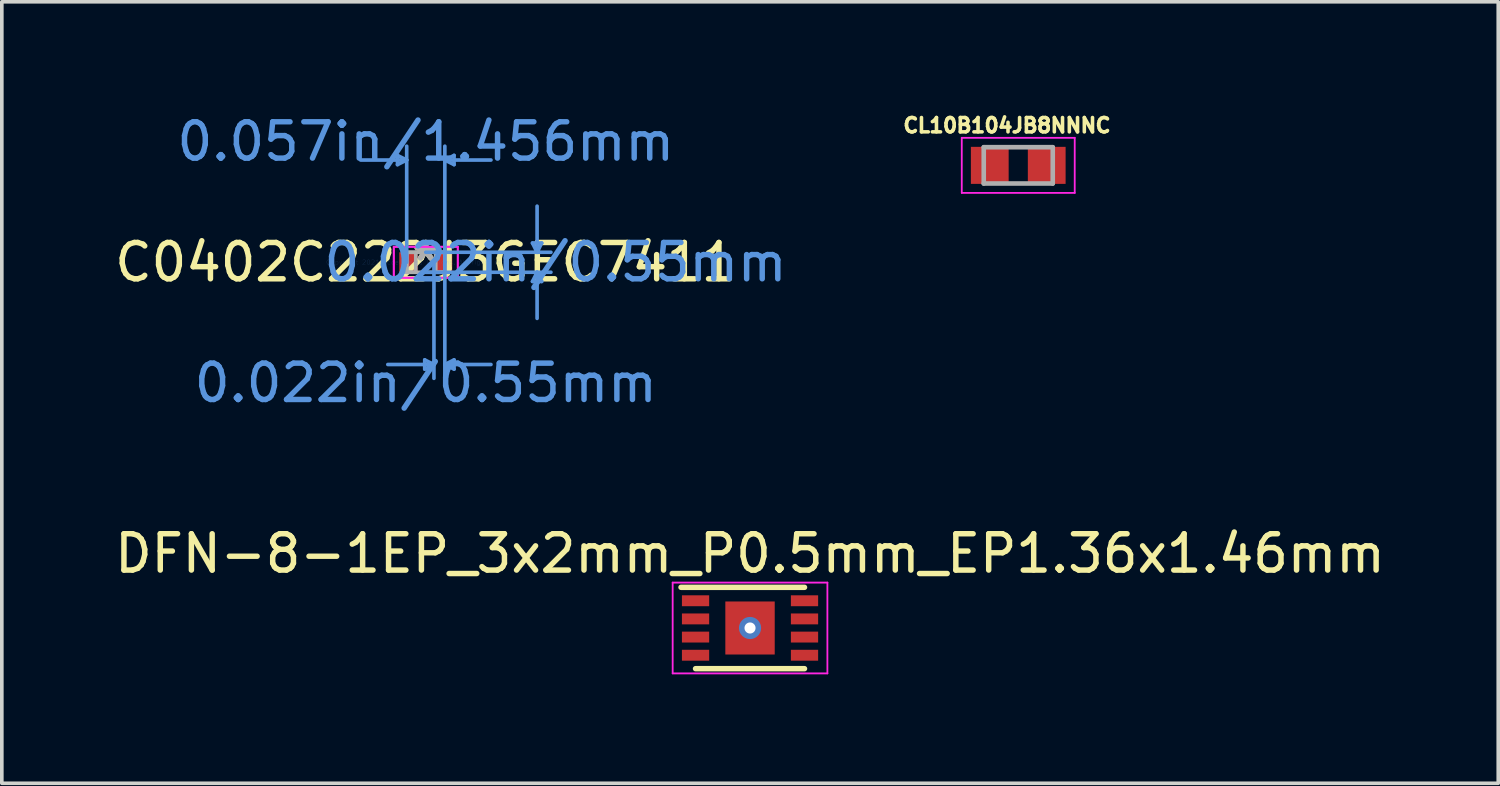
<source format=kicad_pcb>
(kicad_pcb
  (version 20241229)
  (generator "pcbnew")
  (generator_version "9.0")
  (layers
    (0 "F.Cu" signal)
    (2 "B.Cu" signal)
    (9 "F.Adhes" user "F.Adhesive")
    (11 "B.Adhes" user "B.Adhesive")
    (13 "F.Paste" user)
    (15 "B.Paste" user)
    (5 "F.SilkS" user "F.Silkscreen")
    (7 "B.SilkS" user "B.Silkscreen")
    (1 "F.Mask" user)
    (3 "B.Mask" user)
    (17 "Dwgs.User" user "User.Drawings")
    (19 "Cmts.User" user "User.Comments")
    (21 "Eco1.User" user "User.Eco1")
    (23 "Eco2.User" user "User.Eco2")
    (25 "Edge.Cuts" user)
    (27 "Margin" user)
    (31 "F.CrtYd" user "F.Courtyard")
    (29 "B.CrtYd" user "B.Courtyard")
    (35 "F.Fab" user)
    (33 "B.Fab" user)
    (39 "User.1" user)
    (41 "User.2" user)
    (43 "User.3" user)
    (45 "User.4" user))
  (footprint "CL10B104JB8NNNC"
    (layer "F.Cu")
    (at 24.986 1.503)
    (property "Reference" "CL10B104JB8NNNC" (at -0.31 -1.1 0) (layer "F.SilkS") (effects (font (size 0.394 0.394) (thickness 0.15))))
    (attr through_hole)
    (fp_line (start -1.555 -0.758) (end 1.555 -0.758) (stroke (width 0.05) (type solid)) (layer "F.CrtYd"))
    (fp_line (start -1.555 0.758) (end -1.555 -0.758) (stroke (width 0.05) (type solid)) (layer "F.CrtYd"))
    (fp_line (start -1.555 0.758) (end 1.555 0.758) (stroke (width 0.05) (type solid)) (layer "F.CrtYd"))
    (fp_line (start 1.555 0.758) (end 1.555 -0.758) (stroke (width 0.05) (type solid)) (layer "F.CrtYd"))
    (fp_line (start -0.95 0.5) (end -0.95 -0.5) (stroke (width 0.127) (type solid)) (layer "F.Fab"))
    (fp_line (start 0.95 -0.5) (end -0.95 -0.5) (stroke (width 0.127) (type solid)) (layer "F.Fab"))
    (fp_line (start 0.95 0.5) (end -0.95 0.5) (stroke (width 0.127) (type solid)) (layer "F.Fab"))
    (fp_line (start 0.95 0.5) (end 0.95 -0.5) (stroke (width 0.127) (type solid)) (layer "F.Fab"))
    (pad "1" smd rect (at -0.784 0) (size 1.04 1.02) (layers "F.Cu" "F.Mask" "F.Paste"))
    (pad "2" smd rect (at 0.784 0) (size 1.04 1.02) (layers "F.Cu" "F.Mask" "F.Paste")))
  (footprint "C0402C222J3GEC7411"
    (layer "F.Cu")
    (at 8.673 4.171)
    (property "Reference" "C0402C222J3GEC7411" (at 0 0 0) (layer "F.SilkS") (effects (font (size 1 1) (thickness 0.15))))
    (attr through_hole)
    (fp_line (start -0.779 -2.942) (end -0.779 -2.688) (stroke (width 0.1) (type solid)) (layer "Cmts.User"))
    (fp_line (start -0.525 -2.815) (end -1.795 -2.815) (stroke (width 0.1) (type solid)) (layer "Cmts.User"))
    (fp_line (start -0.525 -2.815) (end -0.779 -2.942) (stroke (width 0.1) (type solid)) (layer "Cmts.User"))
    (fp_line (start -0.525 -2.815) (end -0.779 -2.688) (stroke (width 0.1) (type solid)) (layer "Cmts.User"))
    (fp_line (start -0.525 0) (end -0.525 -3.196) (stroke (width 0.1) (type solid)) (layer "Cmts.User"))
    (fp_line (start -0.029 2.688) (end -0.029 2.942) (stroke (width 0.1) (type solid)) (layer "Cmts.User"))
    (fp_line (start 0 -0.275) (end 3.446 -0.275) (stroke (width 0.1) (type solid)) (layer "Cmts.User"))
    (fp_line (start 0 0.275) (end 3.446 0.275) (stroke (width 0.1) (type solid)) (layer "Cmts.User"))
    (fp_line (start 0.225 0) (end 0.225 3.196) (stroke (width 0.1) (type solid)) (layer "Cmts.User"))
    (fp_line (start 0.225 2.815) (end -1.045 2.815) (stroke (width 0.1) (type solid)) (layer "Cmts.User"))
    (fp_line (start 0.225 2.815) (end -0.029 2.688) (stroke (width 0.1) (type solid)) (layer "Cmts.User"))
    (fp_line (start 0.225 2.815) (end -0.029 2.942) (stroke (width 0.1) (type solid)) (layer "Cmts.User"))
    (fp_line (start 0.525 -2.815) (end 0.779 -2.942) (stroke (width 0.1) (type solid)) (layer "Cmts.User"))
    (fp_line (start 0.525 -2.815) (end 0.779 -2.688) (stroke (width 0.1) (type solid)) (layer "Cmts.User"))
    (fp_line (start 0.525 -2.815) (end 1.795 -2.815) (stroke (width 0.1) (type solid)) (layer "Cmts.User"))
    (fp_line (start 0.525 0) (end 0.525 -3.196) (stroke (width 0.1) (type solid)) (layer "Cmts.User"))
    (fp_line (start 0.525 0) (end 0.525 3.196) (stroke (width 0.1) (type solid)) (layer "Cmts.User"))
    (fp_line (start 0.525 2.815) (end 0.779 2.688) (stroke (width 0.1) (type solid)) (layer "Cmts.User"))
    (fp_line (start 0.525 2.815) (end 0.779 2.942) (stroke (width 0.1) (type solid)) (layer "Cmts.User"))
    (fp_line (start 0.525 2.815) (end 1.795 2.815) (stroke (width 0.1) (type solid)) (layer "Cmts.User"))
    (fp_line (start 0.779 -2.942) (end 0.779 -2.688) (stroke (width 0.1) (type solid)) (layer "Cmts.User"))
    (fp_line (start 0.779 2.688) (end 0.779 2.942) (stroke (width 0.1) (type solid)) (layer "Cmts.User"))
    (fp_line (start 2.938 -0.529) (end 3.192 -0.529) (stroke (width 0.1) (type solid)) (layer "Cmts.User"))
    (fp_line (start 2.938 0.529) (end 3.192 0.529) (stroke (width 0.1) (type solid)) (layer "Cmts.User"))
    (fp_line (start 3.065 -0.275) (end 2.938 -0.529) (stroke (width 0.1) (type solid)) (layer "Cmts.User"))
    (fp_line (start 3.065 -0.275) (end 3.065 -1.545) (stroke (width 0.1) (type solid)) (layer "Cmts.User"))
    (fp_line (start 3.065 -0.275) (end 3.192 -0.529) (stroke (width 0.1) (type solid)) (layer "Cmts.User"))
    (fp_line (start 3.065 0.275) (end 2.938 0.529) (stroke (width 0.1) (type solid)) (layer "Cmts.User"))
    (fp_line (start 3.065 0.275) (end 3.065 1.545) (stroke (width 0.1) (type solid)) (layer "Cmts.User"))
    (fp_line (start 3.065 0.275) (end 3.192 0.529) (stroke (width 0.1) (type solid)) (layer "Cmts.User"))
    (fp_line (start -0.881 -0.427) (end 0.881 -0.427) (stroke (width 0.05) (type solid)) (layer "F.CrtYd"))
    (fp_line (start -0.881 -0.427) (end 0.881 -0.427) (stroke (width 0.05) (type solid)) (layer "F.CrtYd"))
    (fp_line (start -0.881 0.427) (end -0.881 -0.427) (stroke (width 0.05) (type solid)) (layer "F.CrtYd"))
    (fp_line (start -0.881 0.427) (end -0.881 -0.427) (stroke (width 0.05) (type solid)) (layer "F.CrtYd"))
    (fp_line (start 0.881 -0.427) (end 0.881 0.427) (stroke (width 0.05) (type solid)) (layer "F.CrtYd"))
    (fp_line (start 0.881 -0.427) (end 0.881 0.427) (stroke (width 0.05) (type solid)) (layer "F.CrtYd"))
    (fp_line (start 0.881 0.427) (end -0.881 0.427) (stroke (width 0.05) (type solid)) (layer "F.CrtYd"))
    (fp_line (start 0.881 0.427) (end -0.881 0.427) (stroke (width 0.05) (type solid)) (layer "F.CrtYd"))
    (fp_line (start -0.525 -0.275) (end -0.525 0.275) (stroke (width 0.1) (type solid)) (layer "F.Fab"))
    (fp_line (start -0.525 -0.275) (end -0.525 0.275) (stroke (width 0.1) (type solid)) (layer "F.Fab"))
    (fp_line (start -0.525 0.275) (end -0.275 0.275) (stroke (width 0.1) (type solid)) (layer "F.Fab"))
    (fp_line (start -0.525 0.275) (end 0.525 0.275) (stroke (width 0.1) (type solid)) (layer "F.Fab"))
    (fp_line (start -0.275 -0.275) (end -0.525 -0.275) (stroke (width 0.1) (type solid)) (layer "F.Fab"))
    (fp_line (start -0.275 0.275) (end -0.275 -0.275) (stroke (width 0.1) (type solid)) (layer "F.Fab"))
    (fp_line (start 0.275 -0.275) (end 0.275 0.275) (stroke (width 0.1) (type solid)) (layer "F.Fab"))
    (fp_line (start 0.275 0.275) (end 0.525 0.275) (stroke (width 0.1) (type solid)) (layer "F.Fab"))
    (fp_line (start 0.525 -0.275) (end -0.525 -0.275) (stroke (width 0.1) (type solid)) (layer "F.Fab"))
    (fp_line (start 0.525 -0.275) (end 0.275 -0.275) (stroke (width 0.1) (type solid)) (layer "F.Fab"))
    (fp_line (start 0.525 0.275) (end 0.525 -0.275) (stroke (width 0.1) (type solid)) (layer "F.Fab"))
    (fp_line (start 0.525 0.275) (end 0.525 -0.275) (stroke (width 0.1) (type solid)) (layer "F.Fab"))
    (fp_text user "*" (at 0 0 0) (layer "F.SilkS") (effects (font (size 1 1) (thickness 0.15))))
    (fp_text user "Copyright 2021 Accelerated Designs. All rights reserved." (at 0 0 0) (layer "Cmts.User") (effects (font (size 0.127 0.127) (thickness 0.002))))
    (fp_text user "0.057in/1.456mm" (at 0 -3.323 0) (layer "Cmts.User") (effects (font (size 1 1) (thickness 0.15))))
    (fp_text user "0.022in/0.55mm" (at 0 3.323 0) (layer "Cmts.User") (effects (font (size 1 1) (thickness 0.15))))
    (fp_text user "0.022in/0.55mm" (at 3.573 0 0) (layer "Cmts.User") (effects (font (size 1 1) (thickness 0.15))))
    (fp_text user "*" (at 0 0 0) (layer "F.Fab") (effects (font (size 1 1) (thickness 0.15))))
    (pad "1" smd rect (at -0.477 0) (size 0.503 0.55) (layers "F.Cu" "F.Mask" "F.Paste"))
    (pad "2" smd rect (at 0.477 0) (size 0.503 0.55) (layers "F.Cu" "F.Mask" "F.Paste")))
  (footprint "DFN-8-1EP_3x2mm_P0.5mm_EP1.36x1.46mm"
    (layer "F.Cu")
    (at 17.601 14.241)
    (property "Reference" "DFN-8-1EP_3x2mm_P0.5mm_EP1.36x1.46mm" (at 0 -2.05 0) (layer "F.SilkS") (effects (font (size 1 1) (thickness 0.15))))
    (attr smd)
    (fp_line (start -1.9 -1.12) (end 1.5 -1.12) (stroke (width 0.15) (type solid)) (layer "F.SilkS"))
    (fp_line (start -1.5 1.12) (end 1.5 1.12) (stroke (width 0.15) (type solid)) (layer "F.SilkS"))
    (fp_line (start -2.13 -1.25) (end -2.13 1.25) (stroke (width 0.05) (type solid)) (layer "F.CrtYd"))
    (fp_line (start -2.13 -1.25) (end 2.13 -1.25) (stroke (width 0.05) (type solid)) (layer "F.CrtYd"))
    (fp_line (start -2.13 1.25) (end 2.13 1.25) (stroke (width 0.05) (type solid)) (layer "F.CrtYd"))
    (fp_line (start 2.13 -1.25) (end 2.13 1.25) (stroke (width 0.05) (type solid)) (layer "F.CrtYd"))
    (pad "" smd rect (at -0.325 -0.375) (size 0.5 0.6) (layers "F.Paste"))
    (pad "" smd rect (at -0.325 0.375) (size 0.5 0.6) (layers "F.Paste"))
    (pad "" smd rect (at 0.325 -0.375) (size 0.5 0.6) (layers "F.Paste"))
    (pad "" smd rect (at 0.325 0.375) (size 0.5 0.6) (layers "F.Paste"))
    (pad "1" smd rect (at -1.5 -0.75) (size 0.75 0.3) (layers "F.Cu" "F.Mask" "F.Paste"))
    (pad "2" smd rect (at -1.5 -0.25) (size 0.75 0.3) (layers "F.Cu" "F.Mask" "F.Paste"))
    (pad "3" smd rect (at -1.5 0.25) (size 0.75 0.3) (layers "F.Cu" "F.Mask" "F.Paste"))
    (pad "4" smd rect (at -1.5 0.75) (size 0.75 0.3) (layers "F.Cu" "F.Mask" "F.Paste"))
    (pad "5" smd rect (at 1.5 0.75) (size 0.75 0.3) (layers "F.Cu" "F.Mask" "F.Paste"))
    (pad "6" smd rect (at 1.5 0.25) (size 0.75 0.3) (layers "F.Cu" "F.Mask" "F.Paste"))
    (pad "7" smd rect (at 1.5 -0.25) (size 0.75 0.3) (layers "F.Cu" "F.Mask" "F.Paste"))
    (pad "8" smd rect (at 1.5 -0.75) (size 0.75 0.3) (layers "F.Cu" "F.Mask" "F.Paste"))
    (pad "9" thru_hole circle (at 0 0) (size 0.61 0.61) (drill 0.305) (layers "*.Cu" "*.Mask"))
    (pad "9" smd rect (at 0 0) (size 1.36 1.46) (layers "F.Cu" "F.Mask")))
  (gr_rect
    (start -3 -3)
    (end 38.202 18.516)
    (stroke (width 0.1) (type default))
    (fill no)
    (layer "Edge.Cuts")))
</source>
